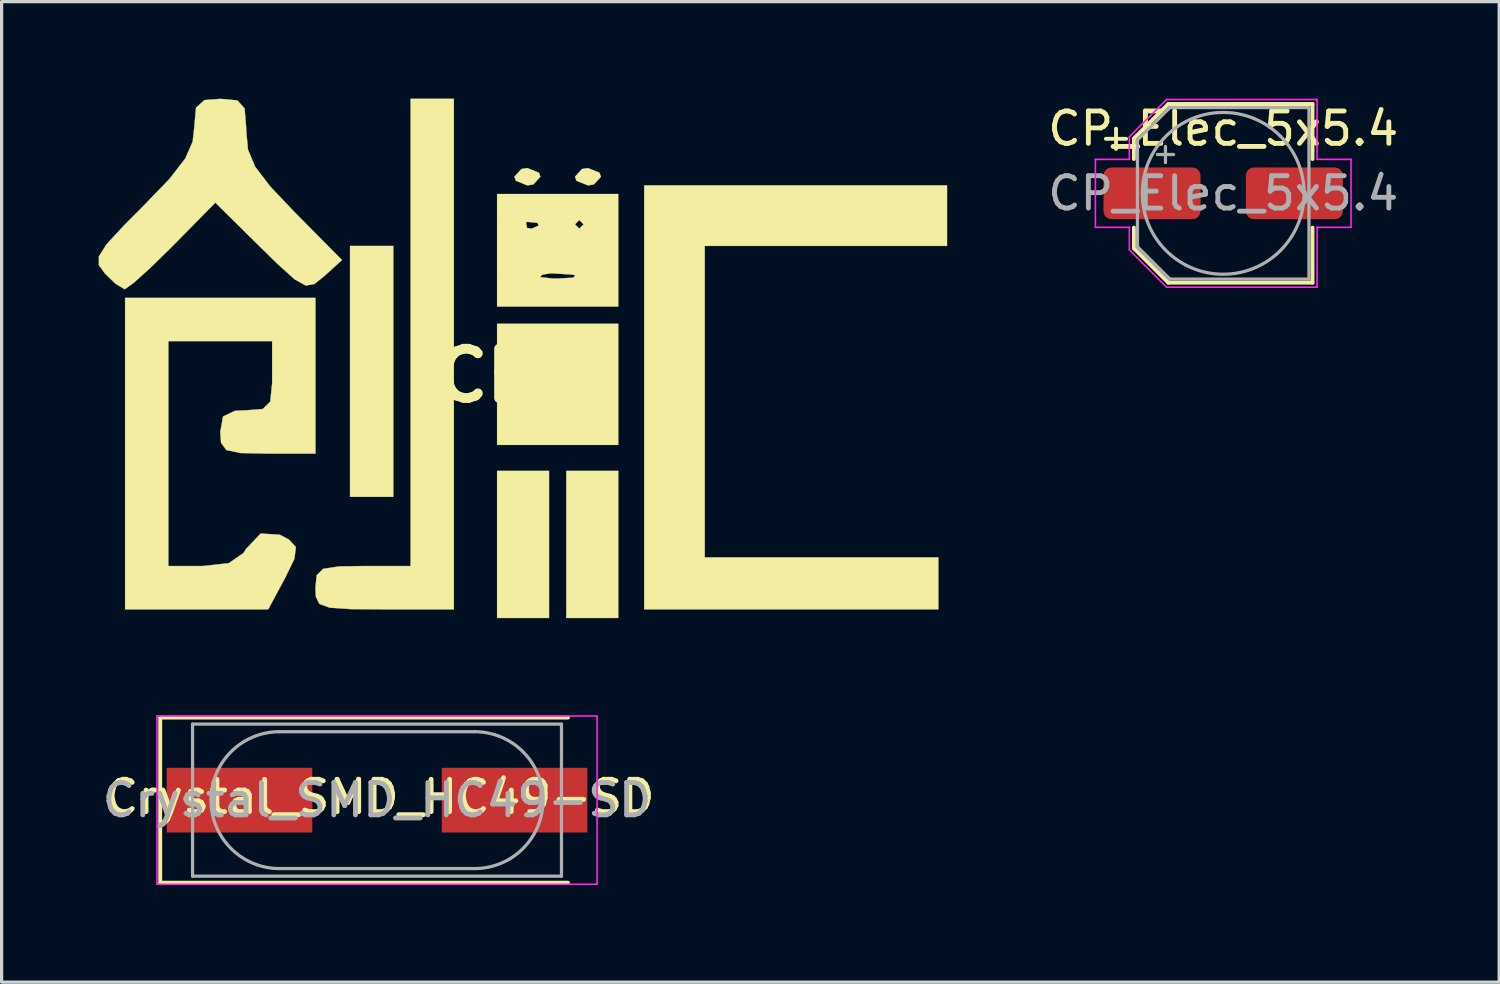
<source format=kicad_pcb>
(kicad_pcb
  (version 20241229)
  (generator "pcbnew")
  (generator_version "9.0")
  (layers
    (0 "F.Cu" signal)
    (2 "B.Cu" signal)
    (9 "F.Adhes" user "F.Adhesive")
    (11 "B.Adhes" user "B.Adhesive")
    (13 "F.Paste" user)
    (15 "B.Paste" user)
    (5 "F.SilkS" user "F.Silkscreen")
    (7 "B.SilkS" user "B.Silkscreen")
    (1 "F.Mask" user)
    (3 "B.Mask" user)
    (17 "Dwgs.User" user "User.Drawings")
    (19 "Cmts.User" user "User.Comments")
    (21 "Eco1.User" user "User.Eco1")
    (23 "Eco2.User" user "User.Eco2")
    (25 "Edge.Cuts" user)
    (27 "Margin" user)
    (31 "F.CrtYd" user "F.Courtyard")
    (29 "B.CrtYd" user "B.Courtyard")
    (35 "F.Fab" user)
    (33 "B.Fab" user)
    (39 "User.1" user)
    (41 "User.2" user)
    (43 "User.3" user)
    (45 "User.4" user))
  (footprint "CP_Elec_5x5.4"
    (layer "F.Cu")
    (at 34.751 2.925)
    (property "Reference" "CP_Elec_5x5.4" (at 0 -2 180) (layer "F.SilkS") (effects (font (size 1 1) (thickness 0.15))))
    (attr smd)
    (fp_line (start -3.625 -1.685) (end -3 -1.685) (stroke (width 0.12) (type solid)) (layer "F.SilkS"))
    (fp_line (start -3.312 -1.998) (end -3.312 -1.373) (stroke (width 0.12) (type solid)) (layer "F.SilkS"))
    (fp_line (start -2.76 -1.696) (end -2.76 -1.06) (stroke (width 0.12) (type solid)) (layer "F.SilkS"))
    (fp_line (start -2.76 -1.696) (end -1.696 -2.76) (stroke (width 0.12) (type solid)) (layer "F.SilkS"))
    (fp_line (start -2.76 1.696) (end -2.76 1.06) (stroke (width 0.12) (type solid)) (layer "F.SilkS"))
    (fp_line (start -2.76 1.696) (end -1.696 2.76) (stroke (width 0.12) (type solid)) (layer "F.SilkS"))
    (fp_line (start -1.696 -2.76) (end 2.76 -2.76) (stroke (width 0.12) (type solid)) (layer "F.SilkS"))
    (fp_line (start -1.696 2.76) (end 2.76 2.76) (stroke (width 0.12) (type solid)) (layer "F.SilkS"))
    (fp_line (start 2.76 -2.76) (end 2.76 -1.06) (stroke (width 0.12) (type solid)) (layer "F.SilkS"))
    (fp_line (start 2.76 2.76) (end 2.76 1.06) (stroke (width 0.12) (type solid)) (layer "F.SilkS"))
    (fp_line (start -3.95 -1.05) (end -3.95 1.05) (stroke (width 0.05) (type solid)) (layer "F.CrtYd"))
    (fp_line (start -3.95 1.05) (end -2.9 1.05) (stroke (width 0.05) (type solid)) (layer "F.CrtYd"))
    (fp_line (start -2.9 -1.75) (end -2.9 -1.05) (stroke (width 0.05) (type solid)) (layer "F.CrtYd"))
    (fp_line (start -2.9 -1.75) (end -1.75 -2.9) (stroke (width 0.05) (type solid)) (layer "F.CrtYd"))
    (fp_line (start -2.9 -1.05) (end -3.95 -1.05) (stroke (width 0.05) (type solid)) (layer "F.CrtYd"))
    (fp_line (start -2.9 1.05) (end -2.9 1.75) (stroke (width 0.05) (type solid)) (layer "F.CrtYd"))
    (fp_line (start -2.9 1.75) (end -1.75 2.9) (stroke (width 0.05) (type solid)) (layer "F.CrtYd"))
    (fp_line (start -1.75 -2.9) (end 2.9 -2.9) (stroke (width 0.05) (type solid)) (layer "F.CrtYd"))
    (fp_line (start -1.75 2.9) (end 2.9 2.9) (stroke (width 0.05) (type solid)) (layer "F.CrtYd"))
    (fp_line (start 2.9 -2.9) (end 2.9 -1.05) (stroke (width 0.05) (type solid)) (layer "F.CrtYd"))
    (fp_line (start 2.9 -1.05) (end 3.95 -1.05) (stroke (width 0.05) (type solid)) (layer "F.CrtYd"))
    (fp_line (start 2.9 1.05) (end 2.9 2.9) (stroke (width 0.05) (type solid)) (layer "F.CrtYd"))
    (fp_line (start 3.95 -1.05) (end 3.95 1.05) (stroke (width 0.05) (type solid)) (layer "F.CrtYd"))
    (fp_line (start 3.95 1.05) (end 2.9 1.05) (stroke (width 0.05) (type solid)) (layer "F.CrtYd"))
    (fp_line (start -2.65 -1.65) (end -2.65 1.65) (stroke (width 0.1) (type solid)) (layer "F.Fab"))
    (fp_line (start -2.65 -1.65) (end -1.65 -2.65) (stroke (width 0.1) (type solid)) (layer "F.Fab"))
    (fp_line (start -2.65 1.65) (end -1.65 2.65) (stroke (width 0.1) (type solid)) (layer "F.Fab"))
    (fp_line (start -2.034 -1.2) (end -1.534 -1.2) (stroke (width 0.1) (type solid)) (layer "F.Fab"))
    (fp_line (start -1.784 -1.45) (end -1.784 -0.95) (stroke (width 0.1) (type solid)) (layer "F.Fab"))
    (fp_line (start -1.65 -2.65) (end 2.65 -2.65) (stroke (width 0.1) (type solid)) (layer "F.Fab"))
    (fp_line (start -1.65 2.65) (end 2.65 2.65) (stroke (width 0.1) (type solid)) (layer "F.Fab"))
    (fp_line (start 2.65 -2.65) (end 2.65 2.65) (stroke (width 0.1) (type solid)) (layer "F.Fab"))
    (fp_circle (center 0 0) (end 2.5 0) (stroke (width 0.1) (type solid)) (fill no) (layer "F.Fab"))
    (fp_text user "${REFERENCE}" (at 0 0 180) (layer "F.Fab") (effects (font (size 1 1) (thickness 0.15))))
    (pad "1" smd roundrect (at -2.2 0) (size 3 1.6) (layers "F.Cu" "F.Mask" "F.Paste") (roundrect_rratio 0.156))
    (pad "2" smd roundrect (at 2.2 0) (size 3 1.6) (layers "F.Cu" "F.Mask" "F.Paste") (roundrect_rratio 0.156)))
  (footprint "CH"
    (layer "F.Cu")
    (at 12.045 8.561)
    (property "Reference" "CH" (at 0 0 0) (layer "F.SilkS") (effects (font (size 1.524 1.524) (thickness 0.3))))
    (attr through_hole)
    (fp_poly (pts (xy -2.941 3.743) (xy -4.278 3.743) (xy -4.278 -4.011) (xy -2.941 -4.011) (xy -2.941 3.743)) (stroke (width 0.01) (type solid)) (fill yes) (layer "F.SilkS"))
    (fp_poly (pts (xy 1.872 7.486) (xy 0.267 7.486) (xy 0.267 2.941) (xy 1.872 2.941) (xy 1.872 7.486)) (stroke (width 0.01) (type solid)) (fill yes) (layer "F.SilkS"))
    (fp_poly (pts (xy 4.011 2.139) (xy 0.267 2.139) (xy 0.267 -1.604) (xy 4.011 -1.604) (xy 4.011 2.139)) (stroke (width 0.01) (type solid)) (fill yes) (layer "F.SilkS"))
    (fp_poly (pts (xy 4.011 7.486) (xy 2.406 7.486) (xy 2.406 2.941) (xy 4.011 2.941) (xy 4.011 7.486)) (stroke (width 0.01) (type solid)) (fill yes) (layer "F.SilkS"))
    (fp_poly (pts (xy 1.559 -6.272) (xy 1.604 -6.149) (xy 1.388 -5.912) (xy 1.203 -5.882) (xy 0.847 -6.026) (xy 0.802 -6.149) (xy 1.019 -6.387) (xy 1.203 -6.417) (xy 1.559 -6.272)) (stroke (width 0.01) (type solid)) (fill yes) (layer "F.SilkS"))
    (fp_poly (pts (xy 3.431 -6.272) (xy 3.476 -6.149) (xy 3.259 -5.912) (xy 3.075 -5.882) (xy 2.719 -6.026) (xy 2.674 -6.149) (xy 2.89 -6.387) (xy 3.075 -6.417) (xy 3.431 -6.272)) (stroke (width 0.01) (type solid)) (fill yes) (layer "F.SilkS"))
    (fp_poly (pts (xy 14.171 -4.011) (xy 6.684 -4.011) (xy 6.684 5.615) (xy 13.903 5.615) (xy 13.903 7.219) (xy 4.813 7.219) (xy 4.813 -5.882) (xy 14.171 -5.882) (xy 14.171 -4.011)) (stroke (width 0.01) (type solid)) (fill yes) (layer "F.SilkS"))
    (fp_poly (pts (xy -1.069 7.219) (xy -3.208 7.219) (xy -4.269 7.212) (xy -4.904 7.168) (xy -5.223 7.053) (xy -5.334 6.832) (xy -5.347 6.551) (xy -5.309 6.168) (xy -5.107 5.968) (xy -4.611 5.893) (xy -3.877 5.882) (xy -2.406 5.882) (xy -2.406 -8.556) (xy -1.069 -8.556) (xy -1.069 7.219)) (stroke (width 0.01) (type solid)) (fill yes) (layer "F.SilkS"))
    (fp_poly (pts (xy -5.347 2.406) (xy -6.818 2.406) (xy -7.66 2.389) (xy -8.099 2.297) (xy -8.264 2.072) (xy -8.288 1.738) (xy -8.202 1.26) (xy -7.835 1.085) (xy -7.486 1.069) (xy -6.972 1.027) (xy -6.743 0.798) (xy -6.685 0.23) (xy -6.684 0) (xy -6.684 -1.069) (xy -9.893 -1.069) (xy -9.893 5.882) (xy -8.833 5.882) (xy -8.023 5.792) (xy -7.569 5.479) (xy -7.486 5.347) (xy -7.04 4.878) (xy -6.449 4.914) (xy -6.164 5.065) (xy -5.951 5.293) (xy -5.997 5.658) (xy -6.292 6.264) (xy -6.806 7.219) (xy -11.229 7.219) (xy -11.229 -2.406) (xy -5.347 -2.406) (xy -5.347 2.406)) (stroke (width 0.01) (type solid)) (fill yes) (layer "F.SilkS"))
    (fp_poly (pts (xy 4.011 -2.139) (xy 0.267 -2.139) (xy 0.267 -3.048) (xy 1.588 -3.048) (xy 1.958 -3.006) (xy 2.139 -3.003) (xy 2.625 -3.031) (xy 2.683 -3.1) (xy 2.607 -3.125) (xy 1.929 -3.167) (xy 1.671 -3.125) (xy 1.588 -3.048) (xy 0.267 -3.048) (xy 0.267 -4.724) (xy 1.159 -4.724) (xy 1.195 -4.565) (xy 1.337 -4.545) (xy 1.557 -4.643) (xy 1.538 -4.679) (xy 2.674 -4.679) (xy 2.807 -4.545) (xy 2.941 -4.679) (xy 2.807 -4.813) (xy 2.674 -4.679) (xy 1.538 -4.679) (xy 1.515 -4.724) (xy 1.198 -4.756) (xy 1.159 -4.724) (xy 0.267 -4.724) (xy 0.267 -5.615) (xy 4.011 -5.615) (xy 4.011 -2.139)) (stroke (width 0.01) (type solid)) (fill yes) (layer "F.SilkS"))
    (fp_poly (pts (xy -7.761 -8.508) (xy -7.536 -8.261) (xy -7.487 -7.655) (xy -7.486 -7.561) (xy -7.431 -6.985) (xy -7.21 -6.459) (xy -6.743 -5.847) (xy -6.007 -5.071) (xy -4.527 -3.575) (xy -5.079 -3.075) (xy -5.378 -2.835) (xy -5.644 -2.786) (xy -5.99 -2.979) (xy -6.529 -3.465) (xy -7.036 -3.962) (xy -8.441 -5.349) (xy -9.758 -4.011) (xy -10.433 -3.349) (xy -10.963 -2.87) (xy -11.239 -2.674) (xy -11.245 -2.674) (xy -11.534 -2.85) (xy -11.85 -3.156) (xy -12.038 -3.416) (xy -12.04 -3.685) (xy -11.804 -4.059) (xy -11.273 -4.635) (xy -10.689 -5.22) (xy -9.863 -6.076) (xy -9.373 -6.707) (xy -9.141 -7.231) (xy -9.091 -7.678) (xy -9.038 -8.281) (xy -8.778 -8.518) (xy -8.288 -8.556) (xy -7.761 -8.508)) (stroke (width 0.01) (type solid)) (fill yes) (layer "F.SilkS")))
  (footprint "Crystal_SMD_HC49-SD"
    (layer "F.Cu")
    (at 8.601 21.677)
    (property "Reference" "Crystal_SMD_HC49-SD" (at 0.1 -0.1 0) (layer "F.SilkS") (effects (font (size 1 1) (thickness 0.15))))
    (attr smd)
    (fp_line (start -6.7 -2.55) (end -6.7 2.55) (stroke (width 0.12) (type solid)) (layer "F.SilkS"))
    (fp_line (start -6.7 2.55) (end 5.9 2.55) (stroke (width 0.12) (type solid)) (layer "F.SilkS"))
    (fp_line (start 5.9 -2.55) (end -6.7 -2.55) (stroke (width 0.12) (type solid)) (layer "F.SilkS"))
    (fp_line (start -6.8 -2.6) (end -6.8 2.6) (stroke (width 0.05) (type solid)) (layer "F.CrtYd"))
    (fp_line (start -6.8 2.6) (end 6.8 2.6) (stroke (width 0.05) (type solid)) (layer "F.CrtYd"))
    (fp_line (start 6.8 -2.6) (end -6.8 -2.6) (stroke (width 0.05) (type solid)) (layer "F.CrtYd"))
    (fp_line (start 6.8 2.6) (end 6.8 -2.6) (stroke (width 0.05) (type solid)) (layer "F.CrtYd"))
    (fp_line (start -5.7 -2.35) (end -5.7 2.35) (stroke (width 0.1) (type solid)) (layer "F.Fab"))
    (fp_line (start -5.7 2.35) (end 5.7 2.35) (stroke (width 0.1) (type solid)) (layer "F.Fab"))
    (fp_line (start -3.015 -2.115) (end 3.015 -2.115) (stroke (width 0.1) (type solid)) (layer "F.Fab"))
    (fp_line (start -3.015 2.115) (end 3.015 2.115) (stroke (width 0.1) (type solid)) (layer "F.Fab"))
    (fp_line (start 5.7 -2.35) (end -5.7 -2.35) (stroke (width 0.1) (type solid)) (layer "F.Fab"))
    (fp_line (start 5.7 2.35) (end 5.7 -2.35) (stroke (width 0.1) (type solid)) (layer "F.Fab"))
    (fp_arc (start -3.015 2.115) (mid -5.13 0) (end -3.015 -2.115) (stroke (width 0.1) (type solid)) (layer "F.Fab"))
    (fp_arc (start 3.015 -2.115) (mid 5.13 0) (end 3.015 2.115) (stroke (width 0.1) (type solid)) (layer "F.Fab"))
    (fp_text user "${REFERENCE}" (at 0 0 0) (layer "F.Fab") (effects (font (size 1 1) (thickness 0.15))))
    (pad "1" smd rect (at -4.25 0) (size 4.5 2) (layers "F.Cu" "F.Mask" "F.Paste"))
    (pad "2" smd rect (at 4.25 0) (size 4.5 2) (layers "F.Cu" "F.Mask" "F.Paste")))
  (gr_rect
    (start -3 -3)
    (end 43.28 27.302)
    (stroke (width 0.1) (type default))
    (fill no)
    (layer "Edge.Cuts")))
</source>
